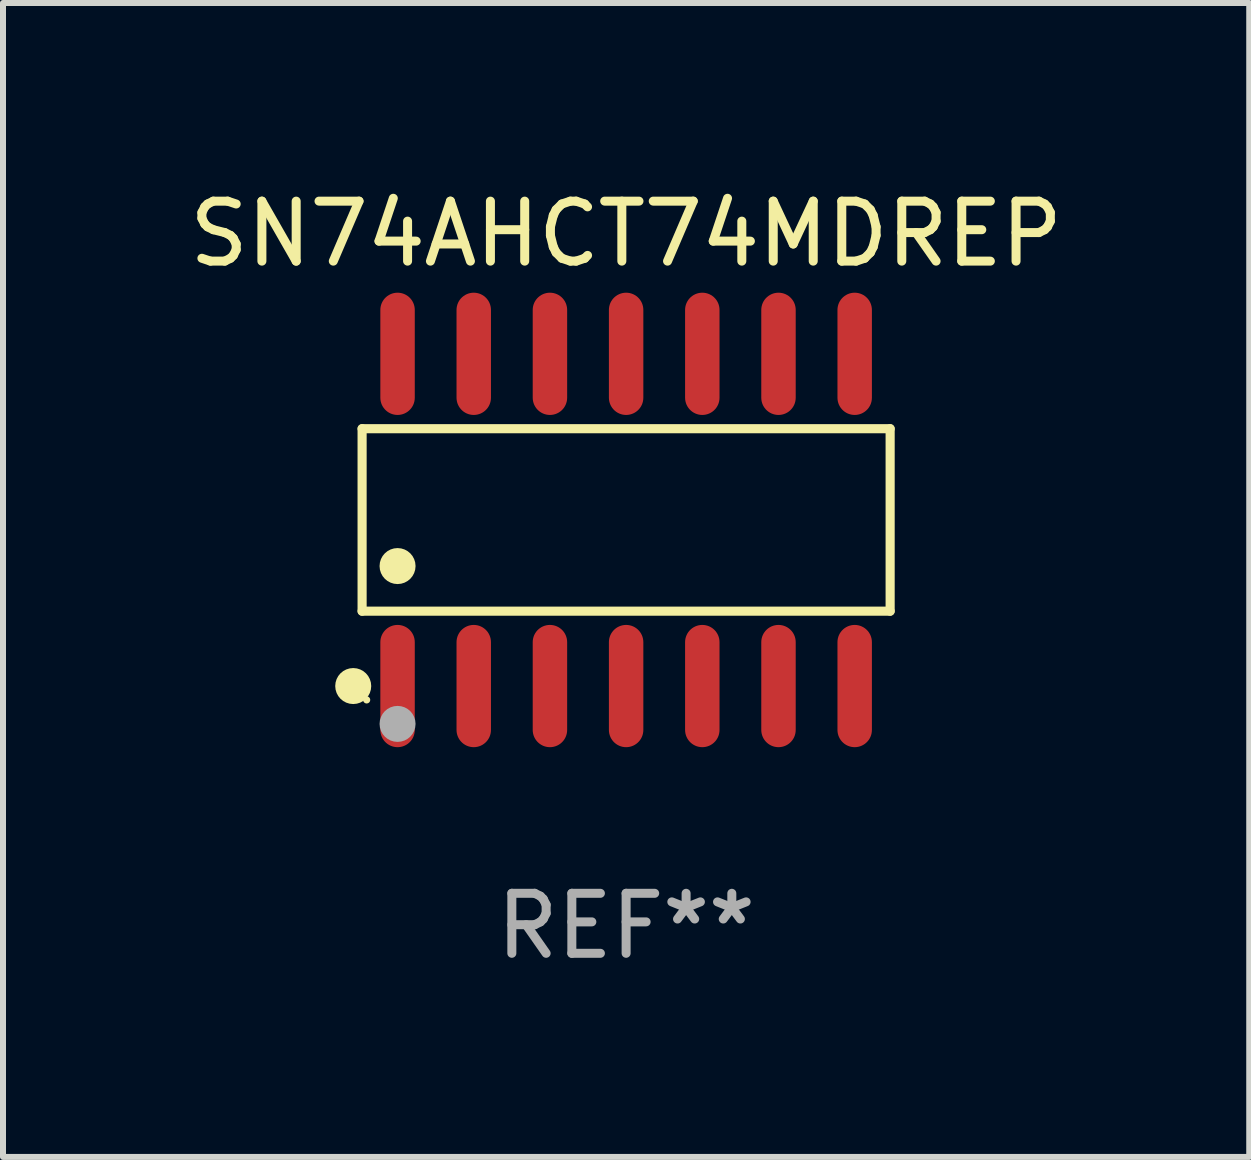
<source format=kicad_pcb>
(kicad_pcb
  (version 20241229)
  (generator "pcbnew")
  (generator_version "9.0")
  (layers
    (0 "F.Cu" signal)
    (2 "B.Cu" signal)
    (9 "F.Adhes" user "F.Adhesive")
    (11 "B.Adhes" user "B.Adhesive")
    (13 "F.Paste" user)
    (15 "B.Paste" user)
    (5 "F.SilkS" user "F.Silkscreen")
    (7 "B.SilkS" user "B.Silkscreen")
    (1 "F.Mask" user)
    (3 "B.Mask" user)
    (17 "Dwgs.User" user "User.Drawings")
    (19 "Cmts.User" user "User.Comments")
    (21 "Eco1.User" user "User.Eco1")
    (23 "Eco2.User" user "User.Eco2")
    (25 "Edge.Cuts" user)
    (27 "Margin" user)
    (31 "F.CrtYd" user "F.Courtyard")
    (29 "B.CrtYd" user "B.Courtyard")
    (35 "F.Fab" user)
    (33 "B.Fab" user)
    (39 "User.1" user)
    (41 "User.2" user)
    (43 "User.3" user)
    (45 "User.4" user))
  (footprint "SN74AHCT74MDREP"
    (layer "F.Cu")
    (at 7.387 5.617)
    (property "Reference" "SN74AHCT74MDREP" (at 0 -4.769 0) (layer "F.SilkS") (effects (font (size 1 1) (thickness 0.15))))
    (attr through_hole)
    (fp_line (start -4.401 -1.521) (end 4.401 -1.521) (stroke (width 0.152) (type solid)) (layer "F.SilkS"))
    (fp_line (start -4.401 1.521) (end -4.401 -1.521) (stroke (width 0.152) (type solid)) (layer "F.SilkS"))
    (fp_line (start 4.401 -1.521) (end 4.401 1.521) (stroke (width 0.152) (type solid)) (layer "F.SilkS"))
    (fp_line (start 4.401 1.521) (end -4.401 1.521) (stroke (width 0.152) (type solid)) (layer "F.SilkS"))
    (fp_circle (center -4.549 2.769) (end -4.399 2.769) (stroke (width 0.3) (type solid)) (fill no) (layer "F.SilkS"))
    (fp_circle (center -4.325 3) (end -4.295 3) (stroke (width 0.06) (type solid)) (fill no) (layer "F.SilkS"))
    (fp_circle (center -3.81 0.769) (end -3.66 0.769) (stroke (width 0.3) (type solid)) (fill no) (layer "F.SilkS"))
    (fp_circle (center -3.81 3.4) (end -3.66 3.4) (stroke (width 0.3) (type solid)) (fill no) (layer "F.Fab"))
    (fp_text user "REF**" (at 0 6.769 0) (layer "F.Fab") (effects (font (size 1 1) (thickness 0.15))))
    (pad "1" smd oval (at -3.81 2.769) (size 0.574 2.038) (layers "F.Cu" "F.Mask" "F.Paste"))
    (pad "2" smd oval (at -2.54 2.769) (size 0.574 2.038) (layers "F.Cu" "F.Mask" "F.Paste"))
    (pad "3" smd oval (at -1.27 2.769) (size 0.574 2.038) (layers "F.Cu" "F.Mask" "F.Paste"))
    (pad "4" smd oval (at 0 2.769) (size 0.574 2.038) (layers "F.Cu" "F.Mask" "F.Paste"))
    (pad "5" smd oval (at 1.27 2.769) (size 0.574 2.038) (layers "F.Cu" "F.Mask" "F.Paste"))
    (pad "6" smd oval (at 2.54 2.769) (size 0.574 2.038) (layers "F.Cu" "F.Mask" "F.Paste"))
    (pad "7" smd oval (at 3.81 2.769) (size 0.574 2.038) (layers "F.Cu" "F.Mask" "F.Paste"))
    (pad "8" smd oval (at 3.81 -2.769) (size 0.574 2.038) (layers "F.Cu" "F.Mask" "F.Paste"))
    (pad "9" smd oval (at 2.54 -2.769) (size 0.574 2.038) (layers "F.Cu" "F.Mask" "F.Paste"))
    (pad "10" smd oval (at 1.27 -2.769) (size 0.574 2.038) (layers "F.Cu" "F.Mask" "F.Paste"))
    (pad "11" smd oval (at 0 -2.769) (size 0.574 2.038) (layers "F.Cu" "F.Mask" "F.Paste"))
    (pad "12" smd oval (at -1.27 -2.769) (size 0.574 2.038) (layers "F.Cu" "F.Mask" "F.Paste"))
    (pad "13" smd oval (at -2.54 -2.769) (size 0.574 2.038) (layers "F.Cu" "F.Mask" "F.Paste"))
    (pad "14" smd oval (at -3.81 -2.769) (size 0.574 2.038) (layers "F.Cu" "F.Mask" "F.Paste")))
  (gr_rect
    (start -3 -3)
    (end 17.774 16.235)
    (stroke (width 0.1) (type default))
    (fill no)
    (layer "Edge.Cuts")))
</source>
